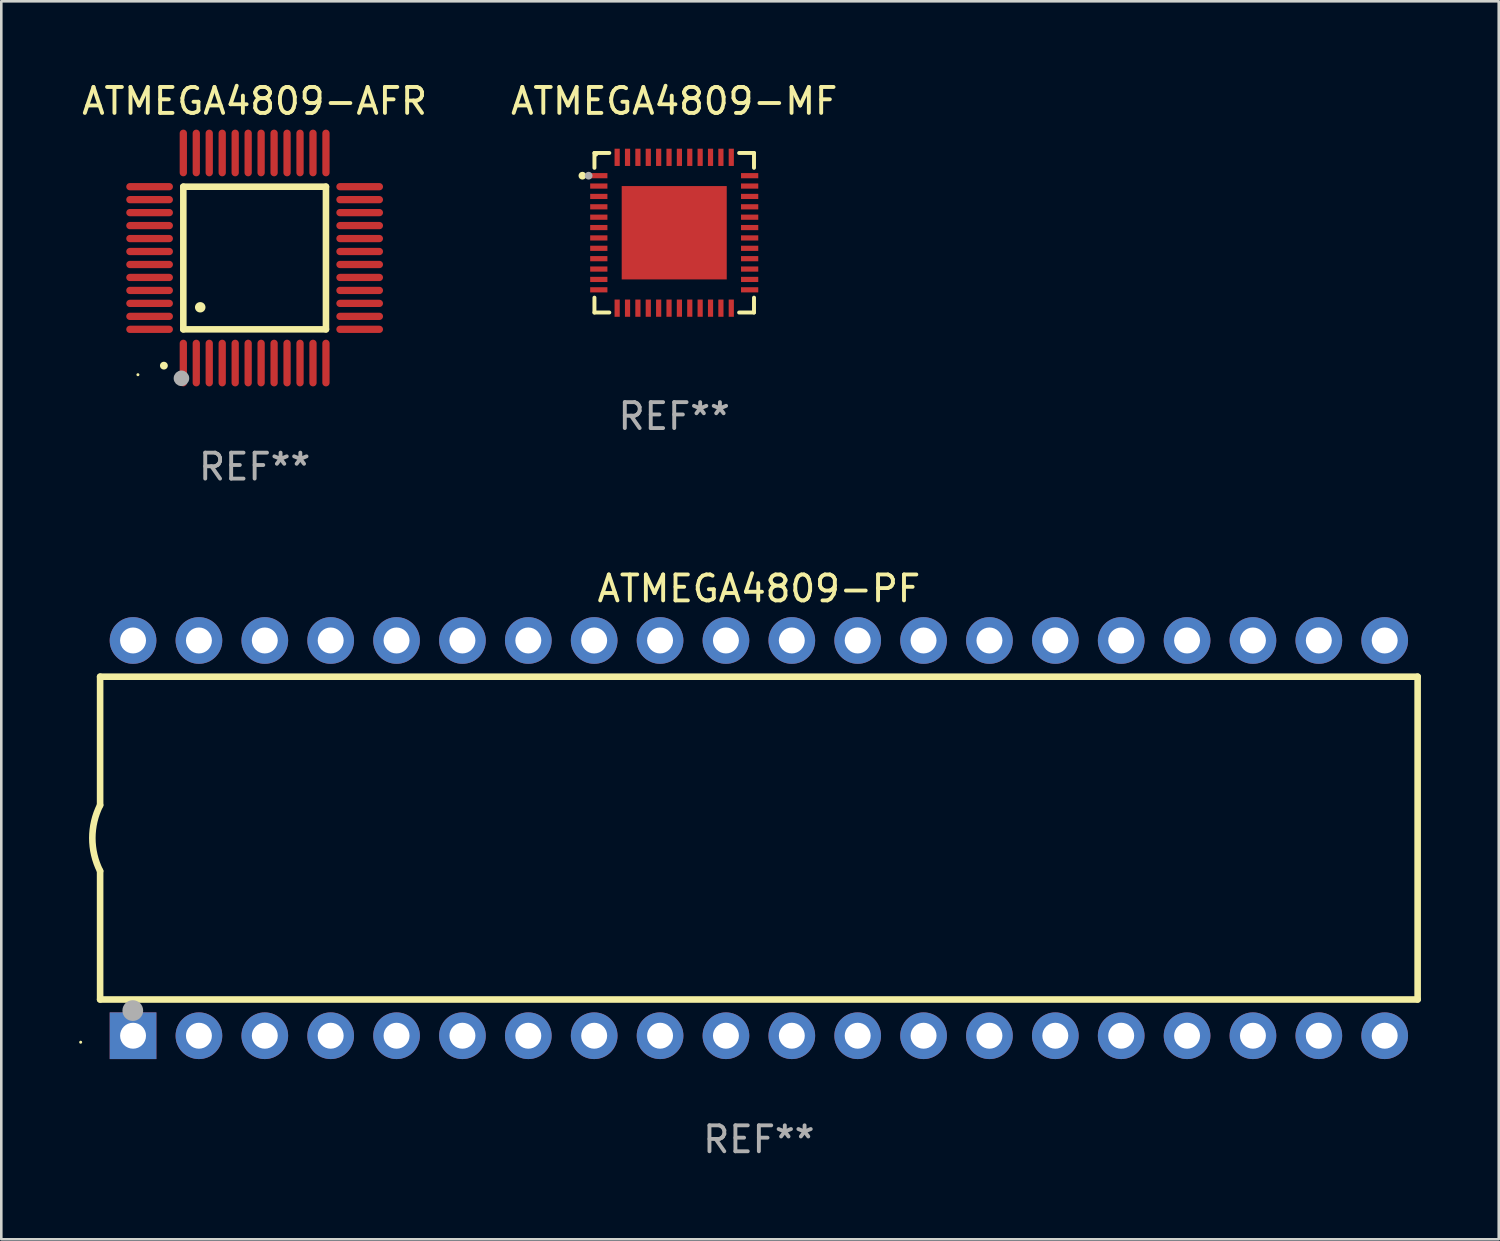
<source format=kicad_pcb>
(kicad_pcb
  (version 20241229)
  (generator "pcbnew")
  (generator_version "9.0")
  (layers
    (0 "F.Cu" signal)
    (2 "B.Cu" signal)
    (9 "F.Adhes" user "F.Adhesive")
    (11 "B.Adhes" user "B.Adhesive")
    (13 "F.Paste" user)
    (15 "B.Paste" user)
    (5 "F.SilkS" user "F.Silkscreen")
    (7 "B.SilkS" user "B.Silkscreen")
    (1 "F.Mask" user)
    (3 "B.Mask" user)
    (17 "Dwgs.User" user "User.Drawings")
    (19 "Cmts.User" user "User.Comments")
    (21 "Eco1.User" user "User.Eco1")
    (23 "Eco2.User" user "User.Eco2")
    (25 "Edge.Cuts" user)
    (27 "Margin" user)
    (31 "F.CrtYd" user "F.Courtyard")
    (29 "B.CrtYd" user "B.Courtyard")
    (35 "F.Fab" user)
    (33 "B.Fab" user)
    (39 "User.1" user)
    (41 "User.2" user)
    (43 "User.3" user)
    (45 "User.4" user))
  (footprint "ATMEGA4809-AFR"
    (layer "F.Cu")
    (at 6.768 6.898)
    (property "Reference" "ATMEGA4809-AFR" (at 0 -6.05 0) (layer "F.SilkS") (effects (font (size 1 1) (thickness 0.15))))
    (attr through_hole)
    (fp_line (start -2.75 -2.75) (end 2.75 -2.75) (stroke (width 0.254) (type solid)) (layer "F.SilkS"))
    (fp_line (start -2.75 2.75) (end -2.75 -2.75) (stroke (width 0.254) (type solid)) (layer "F.SilkS"))
    (fp_line (start 2.75 -2.75) (end 2.75 2.75) (stroke (width 0.254) (type solid)) (layer "F.SilkS"))
    (fp_line (start 2.75 2.75) (end -2.75 2.75) (stroke (width 0.254) (type solid)) (layer "F.SilkS"))
    (fp_arc (start -3.500127 4.150368) (mid -3.498857 4.150363) (end -3.497587 4.150368) (stroke (width 0.3) (type solid)) (layer "F.SilkS"))
    (fp_arc (start -2.100584 1.899924) (mid -2.098044 1.899908) (end -2.095504 1.899924) (stroke (width 0.4) (type solid)) (layer "F.SilkS"))
    (fp_circle (center -4.5 4.5) (end -4.47 4.5) (stroke (width 0.06) (type solid)) (fill no) (layer "F.SilkS"))
    (fp_circle (center -2.822 4.638) (end -2.672 4.638) (stroke (width 0.3) (type solid)) (fill no) (layer "F.Fab"))
    (fp_text user "REF**" (at 0 8.05 0) (layer "F.Fab") (effects (font (size 1 1) (thickness 0.15))))
    (pad "1" smd oval (at -2.75 4.05) (size 0.28 1.8) (layers "F.Cu" "F.Mask" "F.Paste"))
    (pad "2" smd oval (at -2.25 4.05) (size 0.28 1.8) (layers "F.Cu" "F.Mask" "F.Paste"))
    (pad "3" smd oval (at -1.75 4.05) (size 0.28 1.8) (layers "F.Cu" "F.Mask" "F.Paste"))
    (pad "4" smd oval (at -1.25 4.05) (size 0.28 1.8) (layers "F.Cu" "F.Mask" "F.Paste"))
    (pad "5" smd oval (at -0.75 4.05) (size 0.28 1.8) (layers "F.Cu" "F.Mask" "F.Paste"))
    (pad "6" smd oval (at -0.25 4.05) (size 0.28 1.8) (layers "F.Cu" "F.Mask" "F.Paste"))
    (pad "7" smd oval (at 0.25 4.05) (size 0.28 1.8) (layers "F.Cu" "F.Mask" "F.Paste"))
    (pad "8" smd oval (at 0.75 4.05) (size 0.28 1.8) (layers "F.Cu" "F.Mask" "F.Paste"))
    (pad "9" smd oval (at 1.25 4.05) (size 0.28 1.8) (layers "F.Cu" "F.Mask" "F.Paste"))
    (pad "10" smd oval (at 1.75 4.05) (size 0.28 1.8) (layers "F.Cu" "F.Mask" "F.Paste"))
    (pad "11" smd oval (at 2.25 4.05) (size 0.28 1.8) (layers "F.Cu" "F.Mask" "F.Paste"))
    (pad "12" smd oval (at 2.75 4.05) (size 0.28 1.8) (layers "F.Cu" "F.Mask" "F.Paste"))
    (pad "13" smd oval (at 4.05 2.75) (size 1.8 0.28) (layers "F.Cu" "F.Mask" "F.Paste"))
    (pad "14" smd oval (at 4.05 2.25) (size 1.8 0.28) (layers "F.Cu" "F.Mask" "F.Paste"))
    (pad "15" smd oval (at 4.05 1.75) (size 1.8 0.28) (layers "F.Cu" "F.Mask" "F.Paste"))
    (pad "16" smd oval (at 4.05 1.25) (size 1.8 0.28) (layers "F.Cu" "F.Mask" "F.Paste"))
    (pad "17" smd oval (at 4.05 0.75) (size 1.8 0.28) (layers "F.Cu" "F.Mask" "F.Paste"))
    (pad "18" smd oval (at 4.05 0.25) (size 1.8 0.28) (layers "F.Cu" "F.Mask" "F.Paste"))
    (pad "19" smd oval (at 4.05 -0.25) (size 1.8 0.28) (layers "F.Cu" "F.Mask" "F.Paste"))
    (pad "20" smd oval (at 4.05 -0.75) (size 1.8 0.28) (layers "F.Cu" "F.Mask" "F.Paste"))
    (pad "21" smd oval (at 4.05 -1.25) (size 1.8 0.28) (layers "F.Cu" "F.Mask" "F.Paste"))
    (pad "22" smd oval (at 4.05 -1.75) (size 1.8 0.28) (layers "F.Cu" "F.Mask" "F.Paste"))
    (pad "23" smd oval (at 4.05 -2.25) (size 1.8 0.28) (layers "F.Cu" "F.Mask" "F.Paste"))
    (pad "24" smd oval (at 4.05 -2.75) (size 1.8 0.28) (layers "F.Cu" "F.Mask" "F.Paste"))
    (pad "25" smd oval (at 2.75 -4.05) (size 0.28 1.8) (layers "F.Cu" "F.Mask" "F.Paste"))
    (pad "26" smd oval (at 2.25 -4.05) (size 0.28 1.8) (layers "F.Cu" "F.Mask" "F.Paste"))
    (pad "27" smd oval (at 1.75 -4.05) (size 0.28 1.8) (layers "F.Cu" "F.Mask" "F.Paste"))
    (pad "28" smd oval (at 1.25 -4.05) (size 0.28 1.8) (layers "F.Cu" "F.Mask" "F.Paste"))
    (pad "29" smd oval (at 0.75 -4.05) (size 0.28 1.8) (layers "F.Cu" "F.Mask" "F.Paste"))
    (pad "30" smd oval (at 0.25 -4.05) (size 0.28 1.8) (layers "F.Cu" "F.Mask" "F.Paste"))
    (pad "31" smd oval (at -0.25 -4.05) (size 0.28 1.8) (layers "F.Cu" "F.Mask" "F.Paste"))
    (pad "32" smd oval (at -0.75 -4.05) (size 0.28 1.8) (layers "F.Cu" "F.Mask" "F.Paste"))
    (pad "33" smd oval (at -1.25 -4.05) (size 0.28 1.8) (layers "F.Cu" "F.Mask" "F.Paste"))
    (pad "34" smd oval (at -1.75 -4.05) (size 0.28 1.8) (layers "F.Cu" "F.Mask" "F.Paste"))
    (pad "35" smd oval (at -2.25 -4.05) (size 0.28 1.8) (layers "F.Cu" "F.Mask" "F.Paste"))
    (pad "36" smd oval (at -2.75 -4.05) (size 0.28 1.8) (layers "F.Cu" "F.Mask" "F.Paste"))
    (pad "37" smd oval (at -4.05 -2.75) (size 1.8 0.28) (layers "F.Cu" "F.Mask" "F.Paste"))
    (pad "38" smd oval (at -4.05 -2.25) (size 1.8 0.28) (layers "F.Cu" "F.Mask" "F.Paste"))
    (pad "39" smd oval (at -4.05 -1.75) (size 1.8 0.28) (layers "F.Cu" "F.Mask" "F.Paste"))
    (pad "40" smd oval (at -4.05 -1.25) (size 1.8 0.28) (layers "F.Cu" "F.Mask" "F.Paste"))
    (pad "41" smd oval (at -4.05 -0.75) (size 1.8 0.28) (layers "F.Cu" "F.Mask" "F.Paste"))
    (pad "42" smd oval (at -4.05 -0.25) (size 1.8 0.28) (layers "F.Cu" "F.Mask" "F.Paste"))
    (pad "43" smd oval (at -4.05 0.25) (size 1.8 0.28) (layers "F.Cu" "F.Mask" "F.Paste"))
    (pad "44" smd oval (at -4.05 0.75) (size 1.8 0.28) (layers "F.Cu" "F.Mask" "F.Paste"))
    (pad "45" smd oval (at -4.05 1.25) (size 1.8 0.28) (layers "F.Cu" "F.Mask" "F.Paste"))
    (pad "46" smd oval (at -4.05 1.75) (size 1.8 0.28) (layers "F.Cu" "F.Mask" "F.Paste"))
    (pad "47" smd oval (at -4.05 2.25) (size 1.8 0.28) (layers "F.Cu" "F.Mask" "F.Paste"))
    (pad "48" smd oval (at -4.05 2.75) (size 1.8 0.28) (layers "F.Cu" "F.Mask" "F.Paste")))
  (footprint "ATMEGA4809-MF"
    (layer "F.Cu")
    (at 22.946 5.924)
    (property "Reference" "ATMEGA4809-MF" (at 0 -5.076 0) (layer "F.SilkS") (effects (font (size 1 1) (thickness 0.15))))
    (attr through_hole)
    (fp_line (start -3.076 -3.076) (end -3.076 -2.503) (stroke (width 0.152) (type solid)) (layer "F.SilkS"))
    (fp_line (start -3.076 3.076) (end -3.076 2.503) (stroke (width 0.152) (type solid)) (layer "F.SilkS"))
    (fp_line (start -2.503 -3.076) (end -3.076 -3.076) (stroke (width 0.152) (type solid)) (layer "F.SilkS"))
    (fp_line (start -2.503 3.076) (end -3.076 3.076) (stroke (width 0.152) (type solid)) (layer "F.SilkS"))
    (fp_line (start 2.503 -3.076) (end 3.076 -3.076) (stroke (width 0.152) (type solid)) (layer "F.SilkS"))
    (fp_line (start 2.503 3.076) (end 3.076 3.076) (stroke (width 0.152) (type solid)) (layer "F.SilkS"))
    (fp_line (start 3.076 -3.076) (end 3.076 -2.503) (stroke (width 0.152) (type solid)) (layer "F.SilkS"))
    (fp_line (start 3.076 3.076) (end 3.076 2.503) (stroke (width 0.152) (type solid)) (layer "F.SilkS"))
    (fp_circle (center -3.54 -2.2) (end -3.465 -2.2) (stroke (width 0.15) (type solid)) (fill no) (layer "F.SilkS"))
    (fp_circle (center -3 -3) (end -2.97 -3) (stroke (width 0.06) (type solid)) (fill no) (layer "F.SilkS"))
    (fp_circle (center -3.3 -2.2) (end -3.225 -2.2) (stroke (width 0.15) (type solid)) (fill no) (layer "F.Fab"))
    (fp_text user "REF**" (at 0 7.076 0) (layer "F.Fab") (effects (font (size 1 1) (thickness 0.15))))
    (pad "1" smd rect (at -2.908 -2.2) (size 0.665 0.2) (layers "F.Cu" "F.Mask" "F.Paste"))
    (pad "2" smd rect (at -2.908 -1.8) (size 0.665 0.2) (layers "F.Cu" "F.Mask" "F.Paste"))
    (pad "3" smd rect (at -2.908 -1.4) (size 0.665 0.2) (layers "F.Cu" "F.Mask" "F.Paste"))
    (pad "4" smd rect (at -2.908 -1) (size 0.665 0.2) (layers "F.Cu" "F.Mask" "F.Paste"))
    (pad "5" smd rect (at -2.908 -0.6) (size 0.665 0.2) (layers "F.Cu" "F.Mask" "F.Paste"))
    (pad "6" smd rect (at -2.908 -0.2) (size 0.665 0.2) (layers "F.Cu" "F.Mask" "F.Paste"))
    (pad "7" smd rect (at -2.908 0.2) (size 0.665 0.2) (layers "F.Cu" "F.Mask" "F.Paste"))
    (pad "8" smd rect (at -2.908 0.6) (size 0.665 0.2) (layers "F.Cu" "F.Mask" "F.Paste"))
    (pad "9" smd rect (at -2.908 1) (size 0.665 0.2) (layers "F.Cu" "F.Mask" "F.Paste"))
    (pad "10" smd rect (at -2.908 1.4) (size 0.665 0.2) (layers "F.Cu" "F.Mask" "F.Paste"))
    (pad "11" smd rect (at -2.908 1.8) (size 0.665 0.2) (layers "F.Cu" "F.Mask" "F.Paste"))
    (pad "12" smd rect (at -2.908 2.2) (size 0.665 0.2) (layers "F.Cu" "F.Mask" "F.Paste"))
    (pad "13" smd rect (at -2.2 2.908) (size 0.2 0.665) (layers "F.Cu" "F.Mask" "F.Paste"))
    (pad "14" smd rect (at -1.8 2.908) (size 0.2 0.665) (layers "F.Cu" "F.Mask" "F.Paste"))
    (pad "15" smd rect (at -1.4 2.908) (size 0.2 0.665) (layers "F.Cu" "F.Mask" "F.Paste"))
    (pad "16" smd rect (at -1 2.908) (size 0.2 0.665) (layers "F.Cu" "F.Mask" "F.Paste"))
    (pad "17" smd rect (at -0.6 2.908) (size 0.2 0.665) (layers "F.Cu" "F.Mask" "F.Paste"))
    (pad "18" smd rect (at -0.2 2.908) (size 0.2 0.665) (layers "F.Cu" "F.Mask" "F.Paste"))
    (pad "19" smd rect (at 0.2 2.908) (size 0.2 0.665) (layers "F.Cu" "F.Mask" "F.Paste"))
    (pad "20" smd rect (at 0.6 2.908) (size 0.2 0.665) (layers "F.Cu" "F.Mask" "F.Paste"))
    (pad "21" smd rect (at 1 2.908) (size 0.2 0.665) (layers "F.Cu" "F.Mask" "F.Paste"))
    (pad "22" smd rect (at 1.4 2.908) (size 0.2 0.665) (layers "F.Cu" "F.Mask" "F.Paste"))
    (pad "23" smd rect (at 1.8 2.908) (size 0.2 0.665) (layers "F.Cu" "F.Mask" "F.Paste"))
    (pad "24" smd rect (at 2.2 2.908) (size 0.2 0.665) (layers "F.Cu" "F.Mask" "F.Paste"))
    (pad "25" smd rect (at 2.908 2.2) (size 0.665 0.2) (layers "F.Cu" "F.Mask" "F.Paste"))
    (pad "26" smd rect (at 2.908 1.8) (size 0.665 0.2) (layers "F.Cu" "F.Mask" "F.Paste"))
    (pad "27" smd rect (at 2.908 1.4) (size 0.665 0.2) (layers "F.Cu" "F.Mask" "F.Paste"))
    (pad "28" smd rect (at 2.908 1) (size 0.665 0.2) (layers "F.Cu" "F.Mask" "F.Paste"))
    (pad "29" smd rect (at 2.908 0.6) (size 0.665 0.2) (layers "F.Cu" "F.Mask" "F.Paste"))
    (pad "30" smd rect (at 2.908 0.2) (size 0.665 0.2) (layers "F.Cu" "F.Mask" "F.Paste"))
    (pad "31" smd rect (at 2.908 -0.2) (size 0.665 0.2) (layers "F.Cu" "F.Mask" "F.Paste"))
    (pad "32" smd rect (at 2.908 -0.6) (size 0.665 0.2) (layers "F.Cu" "F.Mask" "F.Paste"))
    (pad "33" smd rect (at 2.908 -1) (size 0.665 0.2) (layers "F.Cu" "F.Mask" "F.Paste"))
    (pad "34" smd rect (at 2.908 -1.4) (size 0.665 0.2) (layers "F.Cu" "F.Mask" "F.Paste"))
    (pad "35" smd rect (at 2.908 -1.8) (size 0.665 0.2) (layers "F.Cu" "F.Mask" "F.Paste"))
    (pad "36" smd rect (at 2.908 -2.2) (size 0.665 0.2) (layers "F.Cu" "F.Mask" "F.Paste"))
    (pad "37" smd rect (at 2.2 -2.908) (size 0.2 0.665) (layers "F.Cu" "F.Mask" "F.Paste"))
    (pad "38" smd rect (at 1.8 -2.908) (size 0.2 0.665) (layers "F.Cu" "F.Mask" "F.Paste"))
    (pad "39" smd rect (at 1.4 -2.908) (size 0.2 0.665) (layers "F.Cu" "F.Mask" "F.Paste"))
    (pad "40" smd rect (at 1 -2.908) (size 0.2 0.665) (layers "F.Cu" "F.Mask" "F.Paste"))
    (pad "41" smd rect (at 0.6 -2.908) (size 0.2 0.665) (layers "F.Cu" "F.Mask" "F.Paste"))
    (pad "42" smd rect (at 0.2 -2.908) (size 0.2 0.665) (layers "F.Cu" "F.Mask" "F.Paste"))
    (pad "43" smd rect (at -0.2 -2.908) (size 0.2 0.665) (layers "F.Cu" "F.Mask" "F.Paste"))
    (pad "44" smd rect (at -0.6 -2.908) (size 0.2 0.665) (layers "F.Cu" "F.Mask" "F.Paste"))
    (pad "45" smd rect (at -1 -2.908) (size 0.2 0.665) (layers "F.Cu" "F.Mask" "F.Paste"))
    (pad "46" smd rect (at -1.4 -2.908) (size 0.2 0.665) (layers "F.Cu" "F.Mask" "F.Paste"))
    (pad "47" smd rect (at -1.8 -2.908) (size 0.2 0.665) (layers "F.Cu" "F.Mask" "F.Paste"))
    (pad "48" smd rect (at -2.2 -2.908) (size 0.2 0.665) (layers "F.Cu" "F.Mask" "F.Paste"))
    (pad "49" smd rect (at 0 0) (size 4.05 3.6) (layers "F.Cu" "F.Mask" "F.Paste")))
  (footprint "ATMEGA4809-PF"
    (layer "F.Cu")
    (at 26.21 29.265)
    (property "Reference" "ATMEGA4809-PF" (at 0 -9.62 0) (layer "F.SilkS") (effects (font (size 1 1) (thickness 0.15))))
    (attr through_hole)
    (fp_line (start -25.4 -6.224) (end -25.4 -1.271) (stroke (width 0.254) (type solid)) (layer "F.SilkS"))
    (fp_line (start -25.4 -6.224) (end 25.4 -6.224) (stroke (width 0.254) (type solid)) (layer "F.SilkS"))
    (fp_line (start -25.4 1.269) (end -25.4 6.222) (stroke (width 0.254) (type solid)) (layer "F.SilkS"))
    (fp_line (start -25.4 6.222) (end 25.4 6.222) (stroke (width 0.254) (type solid)) (layer "F.SilkS"))
    (fp_line (start 25.4 6.222) (end 25.4 -6.224) (stroke (width 0.254) (type solid)) (layer "F.SilkS"))
    (fp_arc (start -25.4 1.269241) (mid -25.699807 -0.000762) (end -25.4 -1.270765) (stroke (width 0.254001) (type solid)) (layer "F.SilkS"))
    (fp_circle (center -26.15 7.87) (end -26.12 7.87) (stroke (width 0.06) (type solid)) (fill no) (layer "F.SilkS"))
    (fp_circle (center -24.14 6.65) (end -23.94 6.65) (stroke (width 0.4) (type solid)) (fill no) (layer "F.Fab"))
    (fp_text user "REF**" (at 0 11.62 0) (layer "F.Fab") (effects (font (size 1 1) (thickness 0.15))))
    (pad "1" thru_hole rect (at -24.13 7.62 90) (size 1.8 1.8) (drill 1) (layers "*.Cu" "*.Mask"))
    (pad "2" thru_hole circle (at -21.59 7.62) (size 1.8 1.8) (drill 1) (layers "*.Cu" "*.Mask"))
    (pad "3" thru_hole circle (at -19.05 7.62) (size 1.8 1.8) (drill 1) (layers "*.Cu" "*.Mask"))
    (pad "4" thru_hole circle (at -16.51 7.62) (size 1.8 1.8) (drill 1) (layers "*.Cu" "*.Mask"))
    (pad "5" thru_hole circle (at -13.97 7.62) (size 1.8 1.8) (drill 1) (layers "*.Cu" "*.Mask"))
    (pad "6" thru_hole circle (at -11.43 7.62) (size 1.8 1.8) (drill 1) (layers "*.Cu" "*.Mask"))
    (pad "7" thru_hole circle (at -8.89 7.62) (size 1.8 1.8) (drill 1) (layers "*.Cu" "*.Mask"))
    (pad "8" thru_hole circle (at -6.35 7.62) (size 1.8 1.8) (drill 1) (layers "*.Cu" "*.Mask"))
    (pad "9" thru_hole circle (at -3.81 7.62) (size 1.8 1.8) (drill 1) (layers "*.Cu" "*.Mask"))
    (pad "10" thru_hole circle (at -1.27 7.62) (size 1.8 1.8) (drill 1) (layers "*.Cu" "*.Mask"))
    (pad "11" thru_hole circle (at 1.27 7.62) (size 1.8 1.8) (drill 1) (layers "*.Cu" "*.Mask"))
    (pad "12" thru_hole circle (at 3.81 7.62) (size 1.8 1.8) (drill 1) (layers "*.Cu" "*.Mask"))
    (pad "13" thru_hole circle (at 6.35 7.62) (size 1.8 1.8) (drill 1) (layers "*.Cu" "*.Mask"))
    (pad "14" thru_hole circle (at 8.89 7.62) (size 1.8 1.8) (drill 1) (layers "*.Cu" "*.Mask"))
    (pad "15" thru_hole circle (at 11.43 7.62) (size 1.8 1.8) (drill 1) (layers "*.Cu" "*.Mask"))
    (pad "16" thru_hole circle (at 13.97 7.62) (size 1.8 1.8) (drill 1) (layers "*.Cu" "*.Mask"))
    (pad "17" thru_hole circle (at 16.51 7.62) (size 1.8 1.8) (drill 1) (layers "*.Cu" "*.Mask"))
    (pad "18" thru_hole circle (at 19.05 7.62) (size 1.8 1.8) (drill 1) (layers "*.Cu" "*.Mask"))
    (pad "19" thru_hole circle (at 21.59 7.62) (size 1.8 1.8) (drill 1) (layers "*.Cu" "*.Mask"))
    (pad "20" thru_hole circle (at 24.13 7.62) (size 1.8 1.8) (drill 1) (layers "*.Cu" "*.Mask"))
    (pad "21" thru_hole circle (at 24.13 -7.62) (size 1.8 1.8) (drill 1) (layers "*.Cu" "*.Mask"))
    (pad "22" thru_hole circle (at 21.59 -7.62) (size 1.8 1.8) (drill 1) (layers "*.Cu" "*.Mask"))
    (pad "23" thru_hole circle (at 19.05 -7.62) (size 1.8 1.8) (drill 1) (layers "*.Cu" "*.Mask"))
    (pad "24" thru_hole circle (at 16.51 -7.62) (size 1.8 1.8) (drill 1) (layers "*.Cu" "*.Mask"))
    (pad "25" thru_hole circle (at 13.97 -7.62) (size 1.8 1.8) (drill 1) (layers "*.Cu" "*.Mask"))
    (pad "26" thru_hole circle (at 11.43 -7.62) (size 1.8 1.8) (drill 1) (layers "*.Cu" "*.Mask"))
    (pad "27" thru_hole circle (at 8.89 -7.62) (size 1.8 1.8) (drill 1) (layers "*.Cu" "*.Mask"))
    (pad "28" thru_hole circle (at 6.35 -7.62) (size 1.8 1.8) (drill 1) (layers "*.Cu" "*.Mask"))
    (pad "29" thru_hole circle (at 3.81 -7.62) (size 1.8 1.8) (drill 1) (layers "*.Cu" "*.Mask"))
    (pad "30" thru_hole circle (at 1.27 -7.62) (size 1.8 1.8) (drill 1) (layers "*.Cu" "*.Mask"))
    (pad "31" thru_hole circle (at -1.27 -7.62) (size 1.8 1.8) (drill 1) (layers "*.Cu" "*.Mask"))
    (pad "32" thru_hole circle (at -3.81 -7.62) (size 1.8 1.8) (drill 1) (layers "*.Cu" "*.Mask"))
    (pad "33" thru_hole circle (at -6.35 -7.62) (size 1.8 1.8) (drill 1) (layers "*.Cu" "*.Mask"))
    (pad "34" thru_hole circle (at -8.89 -7.62) (size 1.8 1.8) (drill 1) (layers "*.Cu" "*.Mask"))
    (pad "35" thru_hole circle (at -11.43 -7.62) (size 1.8 1.8) (drill 1) (layers "*.Cu" "*.Mask"))
    (pad "36" thru_hole circle (at -13.97 -7.62) (size 1.8 1.8) (drill 1) (layers "*.Cu" "*.Mask"))
    (pad "37" thru_hole circle (at -16.51 -7.62) (size 1.8 1.8) (drill 1) (layers "*.Cu" "*.Mask"))
    (pad "38" thru_hole circle (at -19.05 -7.62) (size 1.8 1.8) (drill 1) (layers "*.Cu" "*.Mask"))
    (pad "39" thru_hole circle (at -21.59 -7.62) (size 1.8 1.8) (drill 1) (layers "*.Cu" "*.Mask"))
    (pad "40" thru_hole circle (at -24.13 -7.62) (size 1.8 1.8) (drill 1) (layers "*.Cu" "*.Mask")))
  (gr_rect
    (start -3 -3)
    (end 54.737 44.733)
    (stroke (width 0.1) (type default))
    (fill no)
    (layer "Edge.Cuts")))
</source>
